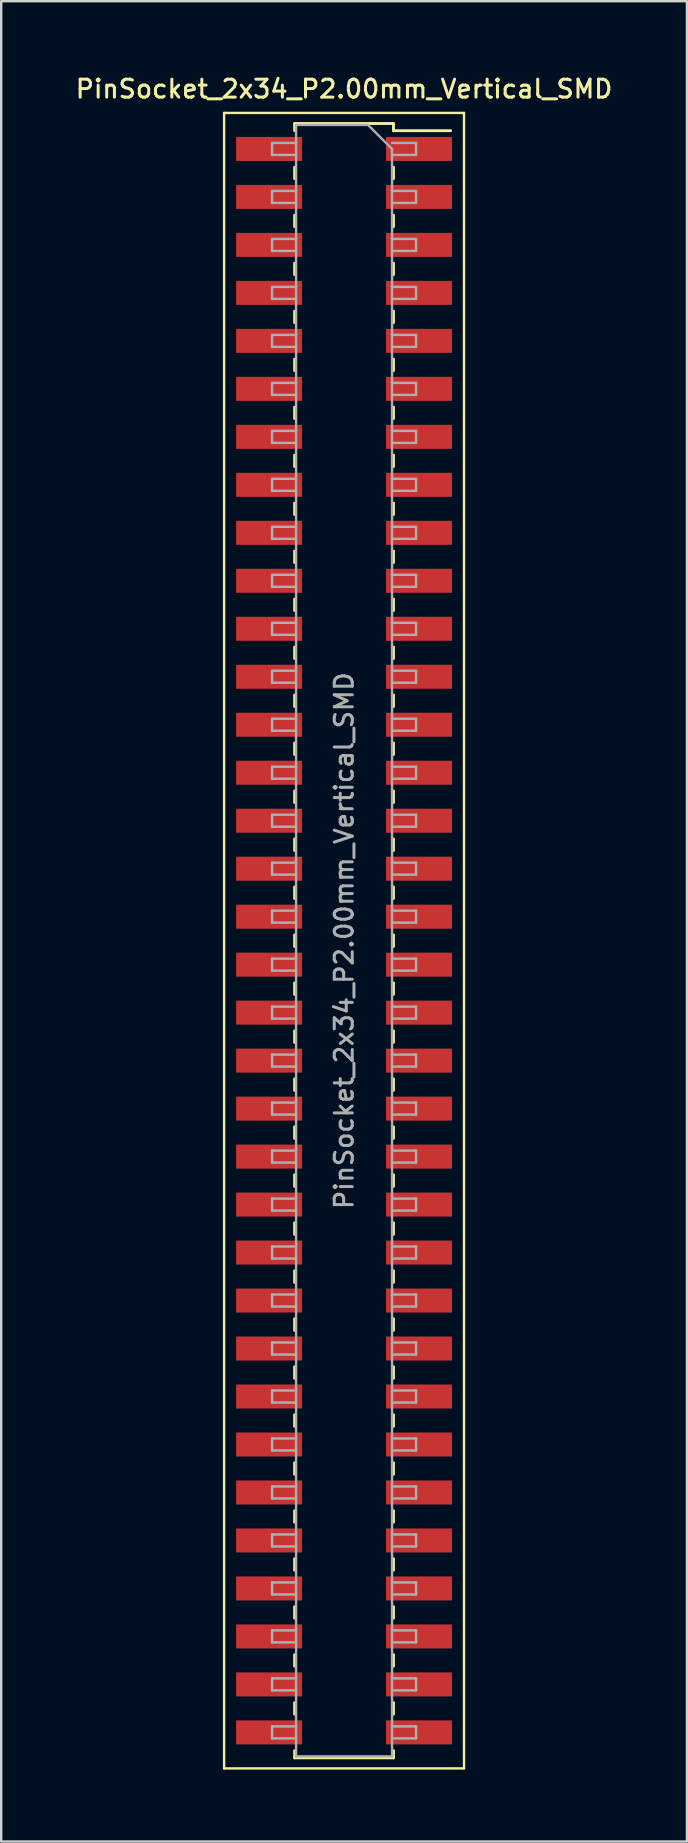
<source format=kicad_pcb>
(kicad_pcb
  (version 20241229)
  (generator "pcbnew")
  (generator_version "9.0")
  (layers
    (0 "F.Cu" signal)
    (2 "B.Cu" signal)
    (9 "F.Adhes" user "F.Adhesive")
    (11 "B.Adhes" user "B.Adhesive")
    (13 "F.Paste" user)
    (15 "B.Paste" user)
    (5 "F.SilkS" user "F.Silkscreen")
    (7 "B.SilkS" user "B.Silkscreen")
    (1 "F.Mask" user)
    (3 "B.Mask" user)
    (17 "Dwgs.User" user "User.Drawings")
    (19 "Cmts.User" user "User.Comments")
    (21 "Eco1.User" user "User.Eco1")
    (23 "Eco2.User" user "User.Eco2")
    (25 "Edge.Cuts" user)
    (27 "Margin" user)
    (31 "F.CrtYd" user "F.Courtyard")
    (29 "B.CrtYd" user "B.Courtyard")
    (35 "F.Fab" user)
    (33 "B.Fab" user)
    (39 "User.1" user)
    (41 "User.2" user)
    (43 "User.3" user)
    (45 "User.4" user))
  (footprint "PinSocket_2x34_P2.00mm_Vertical_SMD"
    (layer "F.Cu")
    (at 11.291 36.158)
    (property "Reference" "PinSocket_2x34_P2.00mm_Vertical_SMD" (at 0 -35.5 0) (layer "F.SilkS") (effects (font (size 0.75 0.75) (thickness 0.125))))
    (attr smd)
    (fp_line (start -5 -34.5) (end 5 -34.5) (stroke (width 0.1) (type solid)) (layer "F.SilkS"))
    (fp_line (start -5 34.5) (end -5 -34.5) (stroke (width 0.1) (type solid)) (layer "F.SilkS"))
    (fp_line (start -2.06 -34.06) (end -2.06 -33.76) (stroke (width 0.12) (type solid)) (layer "F.SilkS"))
    (fp_line (start -2.06 -34.06) (end 2.06 -34.06) (stroke (width 0.12) (type solid)) (layer "F.SilkS"))
    (fp_line (start -2.06 -32.24) (end -2.06 -31.76) (stroke (width 0.12) (type solid)) (layer "F.SilkS"))
    (fp_line (start -2.06 -30.24) (end -2.06 -29.76) (stroke (width 0.12) (type solid)) (layer "F.SilkS"))
    (fp_line (start -2.06 -28.24) (end -2.06 -27.76) (stroke (width 0.12) (type solid)) (layer "F.SilkS"))
    (fp_line (start -2.06 -26.24) (end -2.06 -25.76) (stroke (width 0.12) (type solid)) (layer "F.SilkS"))
    (fp_line (start -2.06 -24.24) (end -2.06 -23.76) (stroke (width 0.12) (type solid)) (layer "F.SilkS"))
    (fp_line (start -2.06 -22.24) (end -2.06 -21.76) (stroke (width 0.12) (type solid)) (layer "F.SilkS"))
    (fp_line (start -2.06 -20.24) (end -2.06 -19.76) (stroke (width 0.12) (type solid)) (layer "F.SilkS"))
    (fp_line (start -2.06 -18.24) (end -2.06 -17.76) (stroke (width 0.12) (type solid)) (layer "F.SilkS"))
    (fp_line (start -2.06 -16.24) (end -2.06 -15.76) (stroke (width 0.12) (type solid)) (layer "F.SilkS"))
    (fp_line (start -2.06 -14.24) (end -2.06 -13.76) (stroke (width 0.12) (type solid)) (layer "F.SilkS"))
    (fp_line (start -2.06 -12.24) (end -2.06 -11.76) (stroke (width 0.12) (type solid)) (layer "F.SilkS"))
    (fp_line (start -2.06 -10.24) (end -2.06 -9.76) (stroke (width 0.12) (type solid)) (layer "F.SilkS"))
    (fp_line (start -2.06 -8.24) (end -2.06 -7.76) (stroke (width 0.12) (type solid)) (layer "F.SilkS"))
    (fp_line (start -2.06 -6.24) (end -2.06 -5.76) (stroke (width 0.12) (type solid)) (layer "F.SilkS"))
    (fp_line (start -2.06 -4.24) (end -2.06 -3.76) (stroke (width 0.12) (type solid)) (layer "F.SilkS"))
    (fp_line (start -2.06 -2.24) (end -2.06 -1.76) (stroke (width 0.12) (type solid)) (layer "F.SilkS"))
    (fp_line (start -2.06 -0.24) (end -2.06 0.24) (stroke (width 0.12) (type solid)) (layer "F.SilkS"))
    (fp_line (start -2.06 1.76) (end -2.06 2.24) (stroke (width 0.12) (type solid)) (layer "F.SilkS"))
    (fp_line (start -2.06 3.76) (end -2.06 4.24) (stroke (width 0.12) (type solid)) (layer "F.SilkS"))
    (fp_line (start -2.06 5.76) (end -2.06 6.24) (stroke (width 0.12) (type solid)) (layer "F.SilkS"))
    (fp_line (start -2.06 7.76) (end -2.06 8.24) (stroke (width 0.12) (type solid)) (layer "F.SilkS"))
    (fp_line (start -2.06 9.76) (end -2.06 10.24) (stroke (width 0.12) (type solid)) (layer "F.SilkS"))
    (fp_line (start -2.06 11.76) (end -2.06 12.24) (stroke (width 0.12) (type solid)) (layer "F.SilkS"))
    (fp_line (start -2.06 13.76) (end -2.06 14.24) (stroke (width 0.12) (type solid)) (layer "F.SilkS"))
    (fp_line (start -2.06 15.76) (end -2.06 16.24) (stroke (width 0.12) (type solid)) (layer "F.SilkS"))
    (fp_line (start -2.06 17.76) (end -2.06 18.24) (stroke (width 0.12) (type solid)) (layer "F.SilkS"))
    (fp_line (start -2.06 19.76) (end -2.06 20.24) (stroke (width 0.12) (type solid)) (layer "F.SilkS"))
    (fp_line (start -2.06 21.76) (end -2.06 22.24) (stroke (width 0.12) (type solid)) (layer "F.SilkS"))
    (fp_line (start -2.06 23.76) (end -2.06 24.24) (stroke (width 0.12) (type solid)) (layer "F.SilkS"))
    (fp_line (start -2.06 25.76) (end -2.06 26.24) (stroke (width 0.12) (type solid)) (layer "F.SilkS"))
    (fp_line (start -2.06 27.76) (end -2.06 28.24) (stroke (width 0.12) (type solid)) (layer "F.SilkS"))
    (fp_line (start -2.06 29.76) (end -2.06 30.24) (stroke (width 0.12) (type solid)) (layer "F.SilkS"))
    (fp_line (start -2.06 31.76) (end -2.06 32.24) (stroke (width 0.12) (type solid)) (layer "F.SilkS"))
    (fp_line (start -2.06 33.76) (end -2.06 34.06) (stroke (width 0.12) (type solid)) (layer "F.SilkS"))
    (fp_line (start -2.06 34.06) (end 2.06 34.06) (stroke (width 0.12) (type solid)) (layer "F.SilkS"))
    (fp_line (start 2.06 -34.06) (end 2.06 -33.76) (stroke (width 0.12) (type solid)) (layer "F.SilkS"))
    (fp_line (start 2.06 -33.76) (end 4.44 -33.76) (stroke (width 0.12) (type solid)) (layer "F.SilkS"))
    (fp_line (start 2.06 -32.24) (end 2.06 -31.76) (stroke (width 0.12) (type solid)) (layer "F.SilkS"))
    (fp_line (start 2.06 -30.24) (end 2.06 -29.76) (stroke (width 0.12) (type solid)) (layer "F.SilkS"))
    (fp_line (start 2.06 -28.24) (end 2.06 -27.76) (stroke (width 0.12) (type solid)) (layer "F.SilkS"))
    (fp_line (start 2.06 -26.24) (end 2.06 -25.76) (stroke (width 0.12) (type solid)) (layer "F.SilkS"))
    (fp_line (start 2.06 -24.24) (end 2.06 -23.76) (stroke (width 0.12) (type solid)) (layer "F.SilkS"))
    (fp_line (start 2.06 -22.24) (end 2.06 -21.76) (stroke (width 0.12) (type solid)) (layer "F.SilkS"))
    (fp_line (start 2.06 -20.24) (end 2.06 -19.76) (stroke (width 0.12) (type solid)) (layer "F.SilkS"))
    (fp_line (start 2.06 -18.24) (end 2.06 -17.76) (stroke (width 0.12) (type solid)) (layer "F.SilkS"))
    (fp_line (start 2.06 -16.24) (end 2.06 -15.76) (stroke (width 0.12) (type solid)) (layer "F.SilkS"))
    (fp_line (start 2.06 -14.24) (end 2.06 -13.76) (stroke (width 0.12) (type solid)) (layer "F.SilkS"))
    (fp_line (start 2.06 -12.24) (end 2.06 -11.76) (stroke (width 0.12) (type solid)) (layer "F.SilkS"))
    (fp_line (start 2.06 -10.24) (end 2.06 -9.76) (stroke (width 0.12) (type solid)) (layer "F.SilkS"))
    (fp_line (start 2.06 -8.24) (end 2.06 -7.76) (stroke (width 0.12) (type solid)) (layer "F.SilkS"))
    (fp_line (start 2.06 -6.24) (end 2.06 -5.76) (stroke (width 0.12) (type solid)) (layer "F.SilkS"))
    (fp_line (start 2.06 -4.24) (end 2.06 -3.76) (stroke (width 0.12) (type solid)) (layer "F.SilkS"))
    (fp_line (start 2.06 -2.24) (end 2.06 -1.76) (stroke (width 0.12) (type solid)) (layer "F.SilkS"))
    (fp_line (start 2.06 -0.24) (end 2.06 0.24) (stroke (width 0.12) (type solid)) (layer "F.SilkS"))
    (fp_line (start 2.06 1.76) (end 2.06 2.24) (stroke (width 0.12) (type solid)) (layer "F.SilkS"))
    (fp_line (start 2.06 3.76) (end 2.06 4.24) (stroke (width 0.12) (type solid)) (layer "F.SilkS"))
    (fp_line (start 2.06 5.76) (end 2.06 6.24) (stroke (width 0.12) (type solid)) (layer "F.SilkS"))
    (fp_line (start 2.06 7.76) (end 2.06 8.24) (stroke (width 0.12) (type solid)) (layer "F.SilkS"))
    (fp_line (start 2.06 9.76) (end 2.06 10.24) (stroke (width 0.12) (type solid)) (layer "F.SilkS"))
    (fp_line (start 2.06 11.76) (end 2.06 12.24) (stroke (width 0.12) (type solid)) (layer "F.SilkS"))
    (fp_line (start 2.06 13.76) (end 2.06 14.24) (stroke (width 0.12) (type solid)) (layer "F.SilkS"))
    (fp_line (start 2.06 15.76) (end 2.06 16.24) (stroke (width 0.12) (type solid)) (layer "F.SilkS"))
    (fp_line (start 2.06 17.76) (end 2.06 18.24) (stroke (width 0.12) (type solid)) (layer "F.SilkS"))
    (fp_line (start 2.06 19.76) (end 2.06 20.24) (stroke (width 0.12) (type solid)) (layer "F.SilkS"))
    (fp_line (start 2.06 21.76) (end 2.06 22.24) (stroke (width 0.12) (type solid)) (layer "F.SilkS"))
    (fp_line (start 2.06 23.76) (end 2.06 24.24) (stroke (width 0.12) (type solid)) (layer "F.SilkS"))
    (fp_line (start 2.06 25.76) (end 2.06 26.24) (stroke (width 0.12) (type solid)) (layer "F.SilkS"))
    (fp_line (start 2.06 27.76) (end 2.06 28.24) (stroke (width 0.12) (type solid)) (layer "F.SilkS"))
    (fp_line (start 2.06 29.76) (end 2.06 30.24) (stroke (width 0.12) (type solid)) (layer "F.SilkS"))
    (fp_line (start 2.06 31.76) (end 2.06 32.24) (stroke (width 0.12) (type solid)) (layer "F.SilkS"))
    (fp_line (start 2.06 33.76) (end 2.06 34.06) (stroke (width 0.12) (type solid)) (layer "F.SilkS"))
    (fp_line (start 5 -34.5) (end 5 34.5) (stroke (width 0.1) (type solid)) (layer "F.SilkS"))
    (fp_line (start 5 34.5) (end -5 34.5) (stroke (width 0.1) (type solid)) (layer "F.SilkS"))
    (fp_line (start -3 -33.25) (end -2 -33.25) (stroke (width 0.1) (type solid)) (layer "F.Fab"))
    (fp_line (start -3 -32.75) (end -3 -33.25) (stroke (width 0.1) (type solid)) (layer "F.Fab"))
    (fp_line (start -3 -31.25) (end -2 -31.25) (stroke (width 0.1) (type solid)) (layer "F.Fab"))
    (fp_line (start -3 -30.75) (end -3 -31.25) (stroke (width 0.1) (type solid)) (layer "F.Fab"))
    (fp_line (start -3 -29.25) (end -2 -29.25) (stroke (width 0.1) (type solid)) (layer "F.Fab"))
    (fp_line (start -3 -28.75) (end -3 -29.25) (stroke (width 0.1) (type solid)) (layer "F.Fab"))
    (fp_line (start -3 -27.25) (end -2 -27.25) (stroke (width 0.1) (type solid)) (layer "F.Fab"))
    (fp_line (start -3 -26.75) (end -3 -27.25) (stroke (width 0.1) (type solid)) (layer "F.Fab"))
    (fp_line (start -3 -25.25) (end -2 -25.25) (stroke (width 0.1) (type solid)) (layer "F.Fab"))
    (fp_line (start -3 -24.75) (end -3 -25.25) (stroke (width 0.1) (type solid)) (layer "F.Fab"))
    (fp_line (start -3 -23.25) (end -2 -23.25) (stroke (width 0.1) (type solid)) (layer "F.Fab"))
    (fp_line (start -3 -22.75) (end -3 -23.25) (stroke (width 0.1) (type solid)) (layer "F.Fab"))
    (fp_line (start -3 -21.25) (end -2 -21.25) (stroke (width 0.1) (type solid)) (layer "F.Fab"))
    (fp_line (start -3 -20.75) (end -3 -21.25) (stroke (width 0.1) (type solid)) (layer "F.Fab"))
    (fp_line (start -3 -19.25) (end -2 -19.25) (stroke (width 0.1) (type solid)) (layer "F.Fab"))
    (fp_line (start -3 -18.75) (end -3 -19.25) (stroke (width 0.1) (type solid)) (layer "F.Fab"))
    (fp_line (start -3 -17.25) (end -2 -17.25) (stroke (width 0.1) (type solid)) (layer "F.Fab"))
    (fp_line (start -3 -16.75) (end -3 -17.25) (stroke (width 0.1) (type solid)) (layer "F.Fab"))
    (fp_line (start -3 -15.25) (end -2 -15.25) (stroke (width 0.1) (type solid)) (layer "F.Fab"))
    (fp_line (start -3 -14.75) (end -3 -15.25) (stroke (width 0.1) (type solid)) (layer "F.Fab"))
    (fp_line (start -3 -13.25) (end -2 -13.25) (stroke (width 0.1) (type solid)) (layer "F.Fab"))
    (fp_line (start -3 -12.75) (end -3 -13.25) (stroke (width 0.1) (type solid)) (layer "F.Fab"))
    (fp_line (start -3 -11.25) (end -2 -11.25) (stroke (width 0.1) (type solid)) (layer "F.Fab"))
    (fp_line (start -3 -10.75) (end -3 -11.25) (stroke (width 0.1) (type solid)) (layer "F.Fab"))
    (fp_line (start -3 -9.25) (end -2 -9.25) (stroke (width 0.1) (type solid)) (layer "F.Fab"))
    (fp_line (start -3 -8.75) (end -3 -9.25) (stroke (width 0.1) (type solid)) (layer "F.Fab"))
    (fp_line (start -3 -7.25) (end -2 -7.25) (stroke (width 0.1) (type solid)) (layer "F.Fab"))
    (fp_line (start -3 -6.75) (end -3 -7.25) (stroke (width 0.1) (type solid)) (layer "F.Fab"))
    (fp_line (start -3 -5.25) (end -2 -5.25) (stroke (width 0.1) (type solid)) (layer "F.Fab"))
    (fp_line (start -3 -4.75) (end -3 -5.25) (stroke (width 0.1) (type solid)) (layer "F.Fab"))
    (fp_line (start -3 -3.25) (end -2 -3.25) (stroke (width 0.1) (type solid)) (layer "F.Fab"))
    (fp_line (start -3 -2.75) (end -3 -3.25) (stroke (width 0.1) (type solid)) (layer "F.Fab"))
    (fp_line (start -3 -1.25) (end -2 -1.25) (stroke (width 0.1) (type solid)) (layer "F.Fab"))
    (fp_line (start -3 -0.75) (end -3 -1.25) (stroke (width 0.1) (type solid)) (layer "F.Fab"))
    (fp_line (start -3 0.75) (end -2 0.75) (stroke (width 0.1) (type solid)) (layer "F.Fab"))
    (fp_line (start -3 1.25) (end -3 0.75) (stroke (width 0.1) (type solid)) (layer "F.Fab"))
    (fp_line (start -3 2.75) (end -2 2.75) (stroke (width 0.1) (type solid)) (layer "F.Fab"))
    (fp_line (start -3 3.25) (end -3 2.75) (stroke (width 0.1) (type solid)) (layer "F.Fab"))
    (fp_line (start -3 4.75) (end -2 4.75) (stroke (width 0.1) (type solid)) (layer "F.Fab"))
    (fp_line (start -3 5.25) (end -3 4.75) (stroke (width 0.1) (type solid)) (layer "F.Fab"))
    (fp_line (start -3 6.75) (end -2 6.75) (stroke (width 0.1) (type solid)) (layer "F.Fab"))
    (fp_line (start -3 7.25) (end -3 6.75) (stroke (width 0.1) (type solid)) (layer "F.Fab"))
    (fp_line (start -3 8.75) (end -2 8.75) (stroke (width 0.1) (type solid)) (layer "F.Fab"))
    (fp_line (start -3 9.25) (end -3 8.75) (stroke (width 0.1) (type solid)) (layer "F.Fab"))
    (fp_line (start -3 10.75) (end -2 10.75) (stroke (width 0.1) (type solid)) (layer "F.Fab"))
    (fp_line (start -3 11.25) (end -3 10.75) (stroke (width 0.1) (type solid)) (layer "F.Fab"))
    (fp_line (start -3 12.75) (end -2 12.75) (stroke (width 0.1) (type solid)) (layer "F.Fab"))
    (fp_line (start -3 13.25) (end -3 12.75) (stroke (width 0.1) (type solid)) (layer "F.Fab"))
    (fp_line (start -3 14.75) (end -2 14.75) (stroke (width 0.1) (type solid)) (layer "F.Fab"))
    (fp_line (start -3 15.25) (end -3 14.75) (stroke (width 0.1) (type solid)) (layer "F.Fab"))
    (fp_line (start -3 16.75) (end -2 16.75) (stroke (width 0.1) (type solid)) (layer "F.Fab"))
    (fp_line (start -3 17.25) (end -3 16.75) (stroke (width 0.1) (type solid)) (layer "F.Fab"))
    (fp_line (start -3 18.75) (end -2 18.75) (stroke (width 0.1) (type solid)) (layer "F.Fab"))
    (fp_line (start -3 19.25) (end -3 18.75) (stroke (width 0.1) (type solid)) (layer "F.Fab"))
    (fp_line (start -3 20.75) (end -2 20.75) (stroke (width 0.1) (type solid)) (layer "F.Fab"))
    (fp_line (start -3 21.25) (end -3 20.75) (stroke (width 0.1) (type solid)) (layer "F.Fab"))
    (fp_line (start -3 22.75) (end -2 22.75) (stroke (width 0.1) (type solid)) (layer "F.Fab"))
    (fp_line (start -3 23.25) (end -3 22.75) (stroke (width 0.1) (type solid)) (layer "F.Fab"))
    (fp_line (start -3 24.75) (end -2 24.75) (stroke (width 0.1) (type solid)) (layer "F.Fab"))
    (fp_line (start -3 25.25) (end -3 24.75) (stroke (width 0.1) (type solid)) (layer "F.Fab"))
    (fp_line (start -3 26.75) (end -2 26.75) (stroke (width 0.1) (type solid)) (layer "F.Fab"))
    (fp_line (start -3 27.25) (end -3 26.75) (stroke (width 0.1) (type solid)) (layer "F.Fab"))
    (fp_line (start -3 28.75) (end -2 28.75) (stroke (width 0.1) (type solid)) (layer "F.Fab"))
    (fp_line (start -3 29.25) (end -3 28.75) (stroke (width 0.1) (type solid)) (layer "F.Fab"))
    (fp_line (start -3 30.75) (end -2 30.75) (stroke (width 0.1) (type solid)) (layer "F.Fab"))
    (fp_line (start -3 31.25) (end -3 30.75) (stroke (width 0.1) (type solid)) (layer "F.Fab"))
    (fp_line (start -3 32.75) (end -2 32.75) (stroke (width 0.1) (type solid)) (layer "F.Fab"))
    (fp_line (start -3 33.25) (end -3 32.75) (stroke (width 0.1) (type solid)) (layer "F.Fab"))
    (fp_line (start -2 -34) (end 1 -34) (stroke (width 0.1) (type solid)) (layer "F.Fab"))
    (fp_line (start -2 -32.75) (end -3 -32.75) (stroke (width 0.1) (type solid)) (layer "F.Fab"))
    (fp_line (start -2 -30.75) (end -3 -30.75) (stroke (width 0.1) (type solid)) (layer "F.Fab"))
    (fp_line (start -2 -28.75) (end -3 -28.75) (stroke (width 0.1) (type solid)) (layer "F.Fab"))
    (fp_line (start -2 -26.75) (end -3 -26.75) (stroke (width 0.1) (type solid)) (layer "F.Fab"))
    (fp_line (start -2 -24.75) (end -3 -24.75) (stroke (width 0.1) (type solid)) (layer "F.Fab"))
    (fp_line (start -2 -22.75) (end -3 -22.75) (stroke (width 0.1) (type solid)) (layer "F.Fab"))
    (fp_line (start -2 -20.75) (end -3 -20.75) (stroke (width 0.1) (type solid)) (layer "F.Fab"))
    (fp_line (start -2 -18.75) (end -3 -18.75) (stroke (width 0.1) (type solid)) (layer "F.Fab"))
    (fp_line (start -2 -16.75) (end -3 -16.75) (stroke (width 0.1) (type solid)) (layer "F.Fab"))
    (fp_line (start -2 -14.75) (end -3 -14.75) (stroke (width 0.1) (type solid)) (layer "F.Fab"))
    (fp_line (start -2 -12.75) (end -3 -12.75) (stroke (width 0.1) (type solid)) (layer "F.Fab"))
    (fp_line (start -2 -10.75) (end -3 -10.75) (stroke (width 0.1) (type solid)) (layer "F.Fab"))
    (fp_line (start -2 -8.75) (end -3 -8.75) (stroke (width 0.1) (type solid)) (layer "F.Fab"))
    (fp_line (start -2 -6.75) (end -3 -6.75) (stroke (width 0.1) (type solid)) (layer "F.Fab"))
    (fp_line (start -2 -4.75) (end -3 -4.75) (stroke (width 0.1) (type solid)) (layer "F.Fab"))
    (fp_line (start -2 -2.75) (end -3 -2.75) (stroke (width 0.1) (type solid)) (layer "F.Fab"))
    (fp_line (start -2 -0.75) (end -3 -0.75) (stroke (width 0.1) (type solid)) (layer "F.Fab"))
    (fp_line (start -2 1.25) (end -3 1.25) (stroke (width 0.1) (type solid)) (layer "F.Fab"))
    (fp_line (start -2 3.25) (end -3 3.25) (stroke (width 0.1) (type solid)) (layer "F.Fab"))
    (fp_line (start -2 5.25) (end -3 5.25) (stroke (width 0.1) (type solid)) (layer "F.Fab"))
    (fp_line (start -2 7.25) (end -3 7.25) (stroke (width 0.1) (type solid)) (layer "F.Fab"))
    (fp_line (start -2 9.25) (end -3 9.25) (stroke (width 0.1) (type solid)) (layer "F.Fab"))
    (fp_line (start -2 11.25) (end -3 11.25) (stroke (width 0.1) (type solid)) (layer "F.Fab"))
    (fp_line (start -2 13.25) (end -3 13.25) (stroke (width 0.1) (type solid)) (layer "F.Fab"))
    (fp_line (start -2 15.25) (end -3 15.25) (stroke (width 0.1) (type solid)) (layer "F.Fab"))
    (fp_line (start -2 17.25) (end -3 17.25) (stroke (width 0.1) (type solid)) (layer "F.Fab"))
    (fp_line (start -2 19.25) (end -3 19.25) (stroke (width 0.1) (type solid)) (layer "F.Fab"))
    (fp_line (start -2 21.25) (end -3 21.25) (stroke (width 0.1) (type solid)) (layer "F.Fab"))
    (fp_line (start -2 23.25) (end -3 23.25) (stroke (width 0.1) (type solid)) (layer "F.Fab"))
    (fp_line (start -2 25.25) (end -3 25.25) (stroke (width 0.1) (type solid)) (layer "F.Fab"))
    (fp_line (start -2 27.25) (end -3 27.25) (stroke (width 0.1) (type solid)) (layer "F.Fab"))
    (fp_line (start -2 29.25) (end -3 29.25) (stroke (width 0.1) (type solid)) (layer "F.Fab"))
    (fp_line (start -2 31.25) (end -3 31.25) (stroke (width 0.1) (type solid)) (layer "F.Fab"))
    (fp_line (start -2 33.25) (end -3 33.25) (stroke (width 0.1) (type solid)) (layer "F.Fab"))
    (fp_line (start -2 34) (end -2 -34) (stroke (width 0.1) (type solid)) (layer "F.Fab"))
    (fp_line (start 1 -34) (end 2 -33) (stroke (width 0.1) (type solid)) (layer "F.Fab"))
    (fp_line (start 2 -33.25) (end 3 -33.25) (stroke (width 0.1) (type solid)) (layer "F.Fab"))
    (fp_line (start 2 -33) (end 2 34) (stroke (width 0.1) (type solid)) (layer "F.Fab"))
    (fp_line (start 2 -31.25) (end 3 -31.25) (stroke (width 0.1) (type solid)) (layer "F.Fab"))
    (fp_line (start 2 -29.25) (end 3 -29.25) (stroke (width 0.1) (type solid)) (layer "F.Fab"))
    (fp_line (start 2 -27.25) (end 3 -27.25) (stroke (width 0.1) (type solid)) (layer "F.Fab"))
    (fp_line (start 2 -25.25) (end 3 -25.25) (stroke (width 0.1) (type solid)) (layer "F.Fab"))
    (fp_line (start 2 -23.25) (end 3 -23.25) (stroke (width 0.1) (type solid)) (layer "F.Fab"))
    (fp_line (start 2 -21.25) (end 3 -21.25) (stroke (width 0.1) (type solid)) (layer "F.Fab"))
    (fp_line (start 2 -19.25) (end 3 -19.25) (stroke (width 0.1) (type solid)) (layer "F.Fab"))
    (fp_line (start 2 -17.25) (end 3 -17.25) (stroke (width 0.1) (type solid)) (layer "F.Fab"))
    (fp_line (start 2 -15.25) (end 3 -15.25) (stroke (width 0.1) (type solid)) (layer "F.Fab"))
    (fp_line (start 2 -13.25) (end 3 -13.25) (stroke (width 0.1) (type solid)) (layer "F.Fab"))
    (fp_line (start 2 -11.25) (end 3 -11.25) (stroke (width 0.1) (type solid)) (layer "F.Fab"))
    (fp_line (start 2 -9.25) (end 3 -9.25) (stroke (width 0.1) (type solid)) (layer "F.Fab"))
    (fp_line (start 2 -7.25) (end 3 -7.25) (stroke (width 0.1) (type solid)) (layer "F.Fab"))
    (fp_line (start 2 -5.25) (end 3 -5.25) (stroke (width 0.1) (type solid)) (layer "F.Fab"))
    (fp_line (start 2 -3.25) (end 3 -3.25) (stroke (width 0.1) (type solid)) (layer "F.Fab"))
    (fp_line (start 2 -1.25) (end 3 -1.25) (stroke (width 0.1) (type solid)) (layer "F.Fab"))
    (fp_line (start 2 0.75) (end 3 0.75) (stroke (width 0.1) (type solid)) (layer "F.Fab"))
    (fp_line (start 2 2.75) (end 3 2.75) (stroke (width 0.1) (type solid)) (layer "F.Fab"))
    (fp_line (start 2 4.75) (end 3 4.75) (stroke (width 0.1) (type solid)) (layer "F.Fab"))
    (fp_line (start 2 6.75) (end 3 6.75) (stroke (width 0.1) (type solid)) (layer "F.Fab"))
    (fp_line (start 2 8.75) (end 3 8.75) (stroke (width 0.1) (type solid)) (layer "F.Fab"))
    (fp_line (start 2 10.75) (end 3 10.75) (stroke (width 0.1) (type solid)) (layer "F.Fab"))
    (fp_line (start 2 12.75) (end 3 12.75) (stroke (width 0.1) (type solid)) (layer "F.Fab"))
    (fp_line (start 2 14.75) (end 3 14.75) (stroke (width 0.1) (type solid)) (layer "F.Fab"))
    (fp_line (start 2 16.75) (end 3 16.75) (stroke (width 0.1) (type solid)) (layer "F.Fab"))
    (fp_line (start 2 18.75) (end 3 18.75) (stroke (width 0.1) (type solid)) (layer "F.Fab"))
    (fp_line (start 2 20.75) (end 3 20.75) (stroke (width 0.1) (type solid)) (layer "F.Fab"))
    (fp_line (start 2 22.75) (end 3 22.75) (stroke (width 0.1) (type solid)) (layer "F.Fab"))
    (fp_line (start 2 24.75) (end 3 24.75) (stroke (width 0.1) (type solid)) (layer "F.Fab"))
    (fp_line (start 2 26.75) (end 3 26.75) (stroke (width 0.1) (type solid)) (layer "F.Fab"))
    (fp_line (start 2 28.75) (end 3 28.75) (stroke (width 0.1) (type solid)) (layer "F.Fab"))
    (fp_line (start 2 30.75) (end 3 30.75) (stroke (width 0.1) (type solid)) (layer "F.Fab"))
    (fp_line (start 2 32.75) (end 3 32.75) (stroke (width 0.1) (type solid)) (layer "F.Fab"))
    (fp_line (start 2 34) (end -2 34) (stroke (width 0.1) (type solid)) (layer "F.Fab"))
    (fp_line (start 3 -33.25) (end 3 -32.75) (stroke (width 0.1) (type solid)) (layer "F.Fab"))
    (fp_line (start 3 -32.75) (end 2 -32.75) (stroke (width 0.1) (type solid)) (layer "F.Fab"))
    (fp_line (start 3 -31.25) (end 3 -30.75) (stroke (width 0.1) (type solid)) (layer "F.Fab"))
    (fp_line (start 3 -30.75) (end 2 -30.75) (stroke (width 0.1) (type solid)) (layer "F.Fab"))
    (fp_line (start 3 -29.25) (end 3 -28.75) (stroke (width 0.1) (type solid)) (layer "F.Fab"))
    (fp_line (start 3 -28.75) (end 2 -28.75) (stroke (width 0.1) (type solid)) (layer "F.Fab"))
    (fp_line (start 3 -27.25) (end 3 -26.75) (stroke (width 0.1) (type solid)) (layer "F.Fab"))
    (fp_line (start 3 -26.75) (end 2 -26.75) (stroke (width 0.1) (type solid)) (layer "F.Fab"))
    (fp_line (start 3 -25.25) (end 3 -24.75) (stroke (width 0.1) (type solid)) (layer "F.Fab"))
    (fp_line (start 3 -24.75) (end 2 -24.75) (stroke (width 0.1) (type solid)) (layer "F.Fab"))
    (fp_line (start 3 -23.25) (end 3 -22.75) (stroke (width 0.1) (type solid)) (layer "F.Fab"))
    (fp_line (start 3 -22.75) (end 2 -22.75) (stroke (width 0.1) (type solid)) (layer "F.Fab"))
    (fp_line (start 3 -21.25) (end 3 -20.75) (stroke (width 0.1) (type solid)) (layer "F.Fab"))
    (fp_line (start 3 -20.75) (end 2 -20.75) (stroke (width 0.1) (type solid)) (layer "F.Fab"))
    (fp_line (start 3 -19.25) (end 3 -18.75) (stroke (width 0.1) (type solid)) (layer "F.Fab"))
    (fp_line (start 3 -18.75) (end 2 -18.75) (stroke (width 0.1) (type solid)) (layer "F.Fab"))
    (fp_line (start 3 -17.25) (end 3 -16.75) (stroke (width 0.1) (type solid)) (layer "F.Fab"))
    (fp_line (start 3 -16.75) (end 2 -16.75) (stroke (width 0.1) (type solid)) (layer "F.Fab"))
    (fp_line (start 3 -15.25) (end 3 -14.75) (stroke (width 0.1) (type solid)) (layer "F.Fab"))
    (fp_line (start 3 -14.75) (end 2 -14.75) (stroke (width 0.1) (type solid)) (layer "F.Fab"))
    (fp_line (start 3 -13.25) (end 3 -12.75) (stroke (width 0.1) (type solid)) (layer "F.Fab"))
    (fp_line (start 3 -12.75) (end 2 -12.75) (stroke (width 0.1) (type solid)) (layer "F.Fab"))
    (fp_line (start 3 -11.25) (end 3 -10.75) (stroke (width 0.1) (type solid)) (layer "F.Fab"))
    (fp_line (start 3 -10.75) (end 2 -10.75) (stroke (width 0.1) (type solid)) (layer "F.Fab"))
    (fp_line (start 3 -9.25) (end 3 -8.75) (stroke (width 0.1) (type solid)) (layer "F.Fab"))
    (fp_line (start 3 -8.75) (end 2 -8.75) (stroke (width 0.1) (type solid)) (layer "F.Fab"))
    (fp_line (start 3 -7.25) (end 3 -6.75) (stroke (width 0.1) (type solid)) (layer "F.Fab"))
    (fp_line (start 3 -6.75) (end 2 -6.75) (stroke (width 0.1) (type solid)) (layer "F.Fab"))
    (fp_line (start 3 -5.25) (end 3 -4.75) (stroke (width 0.1) (type solid)) (layer "F.Fab"))
    (fp_line (start 3 -4.75) (end 2 -4.75) (stroke (width 0.1) (type solid)) (layer "F.Fab"))
    (fp_line (start 3 -3.25) (end 3 -2.75) (stroke (width 0.1) (type solid)) (layer "F.Fab"))
    (fp_line (start 3 -2.75) (end 2 -2.75) (stroke (width 0.1) (type solid)) (layer "F.Fab"))
    (fp_line (start 3 -1.25) (end 3 -0.75) (stroke (width 0.1) (type solid)) (layer "F.Fab"))
    (fp_line (start 3 -0.75) (end 2 -0.75) (stroke (width 0.1) (type solid)) (layer "F.Fab"))
    (fp_line (start 3 0.75) (end 3 1.25) (stroke (width 0.1) (type solid)) (layer "F.Fab"))
    (fp_line (start 3 1.25) (end 2 1.25) (stroke (width 0.1) (type solid)) (layer "F.Fab"))
    (fp_line (start 3 2.75) (end 3 3.25) (stroke (width 0.1) (type solid)) (layer "F.Fab"))
    (fp_line (start 3 3.25) (end 2 3.25) (stroke (width 0.1) (type solid)) (layer "F.Fab"))
    (fp_line (start 3 4.75) (end 3 5.25) (stroke (width 0.1) (type solid)) (layer "F.Fab"))
    (fp_line (start 3 5.25) (end 2 5.25) (stroke (width 0.1) (type solid)) (layer "F.Fab"))
    (fp_line (start 3 6.75) (end 3 7.25) (stroke (width 0.1) (type solid)) (layer "F.Fab"))
    (fp_line (start 3 7.25) (end 2 7.25) (stroke (width 0.1) (type solid)) (layer "F.Fab"))
    (fp_line (start 3 8.75) (end 3 9.25) (stroke (width 0.1) (type solid)) (layer "F.Fab"))
    (fp_line (start 3 9.25) (end 2 9.25) (stroke (width 0.1) (type solid)) (layer "F.Fab"))
    (fp_line (start 3 10.75) (end 3 11.25) (stroke (width 0.1) (type solid)) (layer "F.Fab"))
    (fp_line (start 3 11.25) (end 2 11.25) (stroke (width 0.1) (type solid)) (layer "F.Fab"))
    (fp_line (start 3 12.75) (end 3 13.25) (stroke (width 0.1) (type solid)) (layer "F.Fab"))
    (fp_line (start 3 13.25) (end 2 13.25) (stroke (width 0.1) (type solid)) (layer "F.Fab"))
    (fp_line (start 3 14.75) (end 3 15.25) (stroke (width 0.1) (type solid)) (layer "F.Fab"))
    (fp_line (start 3 15.25) (end 2 15.25) (stroke (width 0.1) (type solid)) (layer "F.Fab"))
    (fp_line (start 3 16.75) (end 3 17.25) (stroke (width 0.1) (type solid)) (layer "F.Fab"))
    (fp_line (start 3 17.25) (end 2 17.25) (stroke (width 0.1) (type solid)) (layer "F.Fab"))
    (fp_line (start 3 18.75) (end 3 19.25) (stroke (width 0.1) (type solid)) (layer "F.Fab"))
    (fp_line (start 3 19.25) (end 2 19.25) (stroke (width 0.1) (type solid)) (layer "F.Fab"))
    (fp_line (start 3 20.75) (end 3 21.25) (stroke (width 0.1) (type solid)) (layer "F.Fab"))
    (fp_line (start 3 21.25) (end 2 21.25) (stroke (width 0.1) (type solid)) (layer "F.Fab"))
    (fp_line (start 3 22.75) (end 3 23.25) (stroke (width 0.1) (type solid)) (layer "F.Fab"))
    (fp_line (start 3 23.25) (end 2 23.25) (stroke (width 0.1) (type solid)) (layer "F.Fab"))
    (fp_line (start 3 24.75) (end 3 25.25) (stroke (width 0.1) (type solid)) (layer "F.Fab"))
    (fp_line (start 3 25.25) (end 2 25.25) (stroke (width 0.1) (type solid)) (layer "F.Fab"))
    (fp_line (start 3 26.75) (end 3 27.25) (stroke (width 0.1) (type solid)) (layer "F.Fab"))
    (fp_line (start 3 27.25) (end 2 27.25) (stroke (width 0.1) (type solid)) (layer "F.Fab"))
    (fp_line (start 3 28.75) (end 3 29.25) (stroke (width 0.1) (type solid)) (layer "F.Fab"))
    (fp_line (start 3 29.25) (end 2 29.25) (stroke (width 0.1) (type solid)) (layer "F.Fab"))
    (fp_line (start 3 30.75) (end 3 31.25) (stroke (width 0.1) (type solid)) (layer "F.Fab"))
    (fp_line (start 3 31.25) (end 2 31.25) (stroke (width 0.1) (type solid)) (layer "F.Fab"))
    (fp_line (start 3 32.75) (end 3 33.25) (stroke (width 0.1) (type solid)) (layer "F.Fab"))
    (fp_line (start 3 33.25) (end 2 33.25) (stroke (width 0.1) (type solid)) (layer "F.Fab"))
    (fp_text user "${REFERENCE}" (at 0 0 90) (layer "F.Fab") (effects (font (size 0.75 0.75) (thickness 0.125))))
    (pad "1" smd rect (at 3.125 -33) (size 2.75 1) (layers "F.Cu" "F.Mask" "F.Paste"))
    (pad "2" smd rect (at -3.125 -33) (size 2.75 1) (layers "F.Cu" "F.Mask" "F.Paste"))
    (pad "3" smd rect (at 3.125 -31) (size 2.75 1) (layers "F.Cu" "F.Mask" "F.Paste"))
    (pad "4" smd rect (at -3.125 -31) (size 2.75 1) (layers "F.Cu" "F.Mask" "F.Paste"))
    (pad "5" smd rect (at 3.125 -29) (size 2.75 1) (layers "F.Cu" "F.Mask" "F.Paste"))
    (pad "6" smd rect (at -3.125 -29) (size 2.75 1) (layers "F.Cu" "F.Mask" "F.Paste"))
    (pad "7" smd rect (at 3.125 -27) (size 2.75 1) (layers "F.Cu" "F.Mask" "F.Paste"))
    (pad "8" smd rect (at -3.125 -27) (size 2.75 1) (layers "F.Cu" "F.Mask" "F.Paste"))
    (pad "9" smd rect (at 3.125 -25) (size 2.75 1) (layers "F.Cu" "F.Mask" "F.Paste"))
    (pad "10" smd rect (at -3.125 -25) (size 2.75 1) (layers "F.Cu" "F.Mask" "F.Paste"))
    (pad "11" smd rect (at 3.125 -23) (size 2.75 1) (layers "F.Cu" "F.Mask" "F.Paste"))
    (pad "12" smd rect (at -3.125 -23) (size 2.75 1) (layers "F.Cu" "F.Mask" "F.Paste"))
    (pad "13" smd rect (at 3.125 -21) (size 2.75 1) (layers "F.Cu" "F.Mask" "F.Paste"))
    (pad "14" smd rect (at -3.125 -21) (size 2.75 1) (layers "F.Cu" "F.Mask" "F.Paste"))
    (pad "15" smd rect (at 3.125 -19) (size 2.75 1) (layers "F.Cu" "F.Mask" "F.Paste"))
    (pad "16" smd rect (at -3.125 -19) (size 2.75 1) (layers "F.Cu" "F.Mask" "F.Paste"))
    (pad "17" smd rect (at 3.125 -17) (size 2.75 1) (layers "F.Cu" "F.Mask" "F.Paste"))
    (pad "18" smd rect (at -3.125 -17) (size 2.75 1) (layers "F.Cu" "F.Mask" "F.Paste"))
    (pad "19" smd rect (at 3.125 -15) (size 2.75 1) (layers "F.Cu" "F.Mask" "F.Paste"))
    (pad "20" smd rect (at -3.125 -15) (size 2.75 1) (layers "F.Cu" "F.Mask" "F.Paste"))
    (pad "21" smd rect (at 3.125 -13) (size 2.75 1) (layers "F.Cu" "F.Mask" "F.Paste"))
    (pad "22" smd rect (at -3.125 -13) (size 2.75 1) (layers "F.Cu" "F.Mask" "F.Paste"))
    (pad "23" smd rect (at 3.125 -11) (size 2.75 1) (layers "F.Cu" "F.Mask" "F.Paste"))
    (pad "24" smd rect (at -3.125 -11) (size 2.75 1) (layers "F.Cu" "F.Mask" "F.Paste"))
    (pad "25" smd rect (at 3.125 -9) (size 2.75 1) (layers "F.Cu" "F.Mask" "F.Paste"))
    (pad "26" smd rect (at -3.125 -9) (size 2.75 1) (layers "F.Cu" "F.Mask" "F.Paste"))
    (pad "27" smd rect (at 3.125 -7) (size 2.75 1) (layers "F.Cu" "F.Mask" "F.Paste"))
    (pad "28" smd rect (at -3.125 -7) (size 2.75 1) (layers "F.Cu" "F.Mask" "F.Paste"))
    (pad "29" smd rect (at 3.125 -5) (size 2.75 1) (layers "F.Cu" "F.Mask" "F.Paste"))
    (pad "30" smd rect (at -3.125 -5) (size 2.75 1) (layers "F.Cu" "F.Mask" "F.Paste"))
    (pad "31" smd rect (at 3.125 -3) (size 2.75 1) (layers "F.Cu" "F.Mask" "F.Paste"))
    (pad "32" smd rect (at -3.125 -3) (size 2.75 1) (layers "F.Cu" "F.Mask" "F.Paste"))
    (pad "33" smd rect (at 3.125 -1) (size 2.75 1) (layers "F.Cu" "F.Mask" "F.Paste"))
    (pad "34" smd rect (at -3.125 -1) (size 2.75 1) (layers "F.Cu" "F.Mask" "F.Paste"))
    (pad "35" smd rect (at 3.125 1) (size 2.75 1) (layers "F.Cu" "F.Mask" "F.Paste"))
    (pad "36" smd rect (at -3.125 1) (size 2.75 1) (layers "F.Cu" "F.Mask" "F.Paste"))
    (pad "37" smd rect (at 3.125 3) (size 2.75 1) (layers "F.Cu" "F.Mask" "F.Paste"))
    (pad "38" smd rect (at -3.125 3) (size 2.75 1) (layers "F.Cu" "F.Mask" "F.Paste"))
    (pad "39" smd rect (at 3.125 5) (size 2.75 1) (layers "F.Cu" "F.Mask" "F.Paste"))
    (pad "40" smd rect (at -3.125 5) (size 2.75 1) (layers "F.Cu" "F.Mask" "F.Paste"))
    (pad "41" smd rect (at 3.125 7) (size 2.75 1) (layers "F.Cu" "F.Mask" "F.Paste"))
    (pad "42" smd rect (at -3.125 7) (size 2.75 1) (layers "F.Cu" "F.Mask" "F.Paste"))
    (pad "43" smd rect (at 3.125 9) (size 2.75 1) (layers "F.Cu" "F.Mask" "F.Paste"))
    (pad "44" smd rect (at -3.125 9) (size 2.75 1) (layers "F.Cu" "F.Mask" "F.Paste"))
    (pad "45" smd rect (at 3.125 11) (size 2.75 1) (layers "F.Cu" "F.Mask" "F.Paste"))
    (pad "46" smd rect (at -3.125 11) (size 2.75 1) (layers "F.Cu" "F.Mask" "F.Paste"))
    (pad "47" smd rect (at 3.125 13) (size 2.75 1) (layers "F.Cu" "F.Mask" "F.Paste"))
    (pad "48" smd rect (at -3.125 13) (size 2.75 1) (layers "F.Cu" "F.Mask" "F.Paste"))
    (pad "49" smd rect (at 3.125 15) (size 2.75 1) (layers "F.Cu" "F.Mask" "F.Paste"))
    (pad "50" smd rect (at -3.125 15) (size 2.75 1) (layers "F.Cu" "F.Mask" "F.Paste"))
    (pad "51" smd rect (at 3.125 17) (size 2.75 1) (layers "F.Cu" "F.Mask" "F.Paste"))
    (pad "52" smd rect (at -3.125 17) (size 2.75 1) (layers "F.Cu" "F.Mask" "F.Paste"))
    (pad "53" smd rect (at 3.125 19) (size 2.75 1) (layers "F.Cu" "F.Mask" "F.Paste"))
    (pad "54" smd rect (at -3.125 19) (size 2.75 1) (layers "F.Cu" "F.Mask" "F.Paste"))
    (pad "55" smd rect (at 3.125 21) (size 2.75 1) (layers "F.Cu" "F.Mask" "F.Paste"))
    (pad "56" smd rect (at -3.125 21) (size 2.75 1) (layers "F.Cu" "F.Mask" "F.Paste"))
    (pad "57" smd rect (at 3.125 23) (size 2.75 1) (layers "F.Cu" "F.Mask" "F.Paste"))
    (pad "58" smd rect (at -3.125 23) (size 2.75 1) (layers "F.Cu" "F.Mask" "F.Paste"))
    (pad "59" smd rect (at 3.125 25) (size 2.75 1) (layers "F.Cu" "F.Mask" "F.Paste"))
    (pad "60" smd rect (at -3.125 25) (size 2.75 1) (layers "F.Cu" "F.Mask" "F.Paste"))
    (pad "61" smd rect (at 3.125 27) (size 2.75 1) (layers "F.Cu" "F.Mask" "F.Paste"))
    (pad "62" smd rect (at -3.125 27) (size 2.75 1) (layers "F.Cu" "F.Mask" "F.Paste"))
    (pad "63" smd rect (at 3.125 29) (size 2.75 1) (layers "F.Cu" "F.Mask" "F.Paste"))
    (pad "64" smd rect (at -3.125 29) (size 2.75 1) (layers "F.Cu" "F.Mask" "F.Paste"))
    (pad "65" smd rect (at 3.125 31) (size 2.75 1) (layers "F.Cu" "F.Mask" "F.Paste"))
    (pad "66" smd rect (at -3.125 31) (size 2.75 1) (layers "F.Cu" "F.Mask" "F.Paste"))
    (pad "67" smd rect (at 3.125 33) (size 2.75 1) (layers "F.Cu" "F.Mask" "F.Paste"))
    (pad "68" smd rect (at -3.125 33) (size 2.75 1) (layers "F.Cu" "F.Mask" "F.Paste")))
  (gr_rect
    (start -3 -3)
    (end 25.582 73.708)
    (stroke (width 0.1) (type default))
    (fill no)
    (layer "Edge.Cuts")))
</source>
